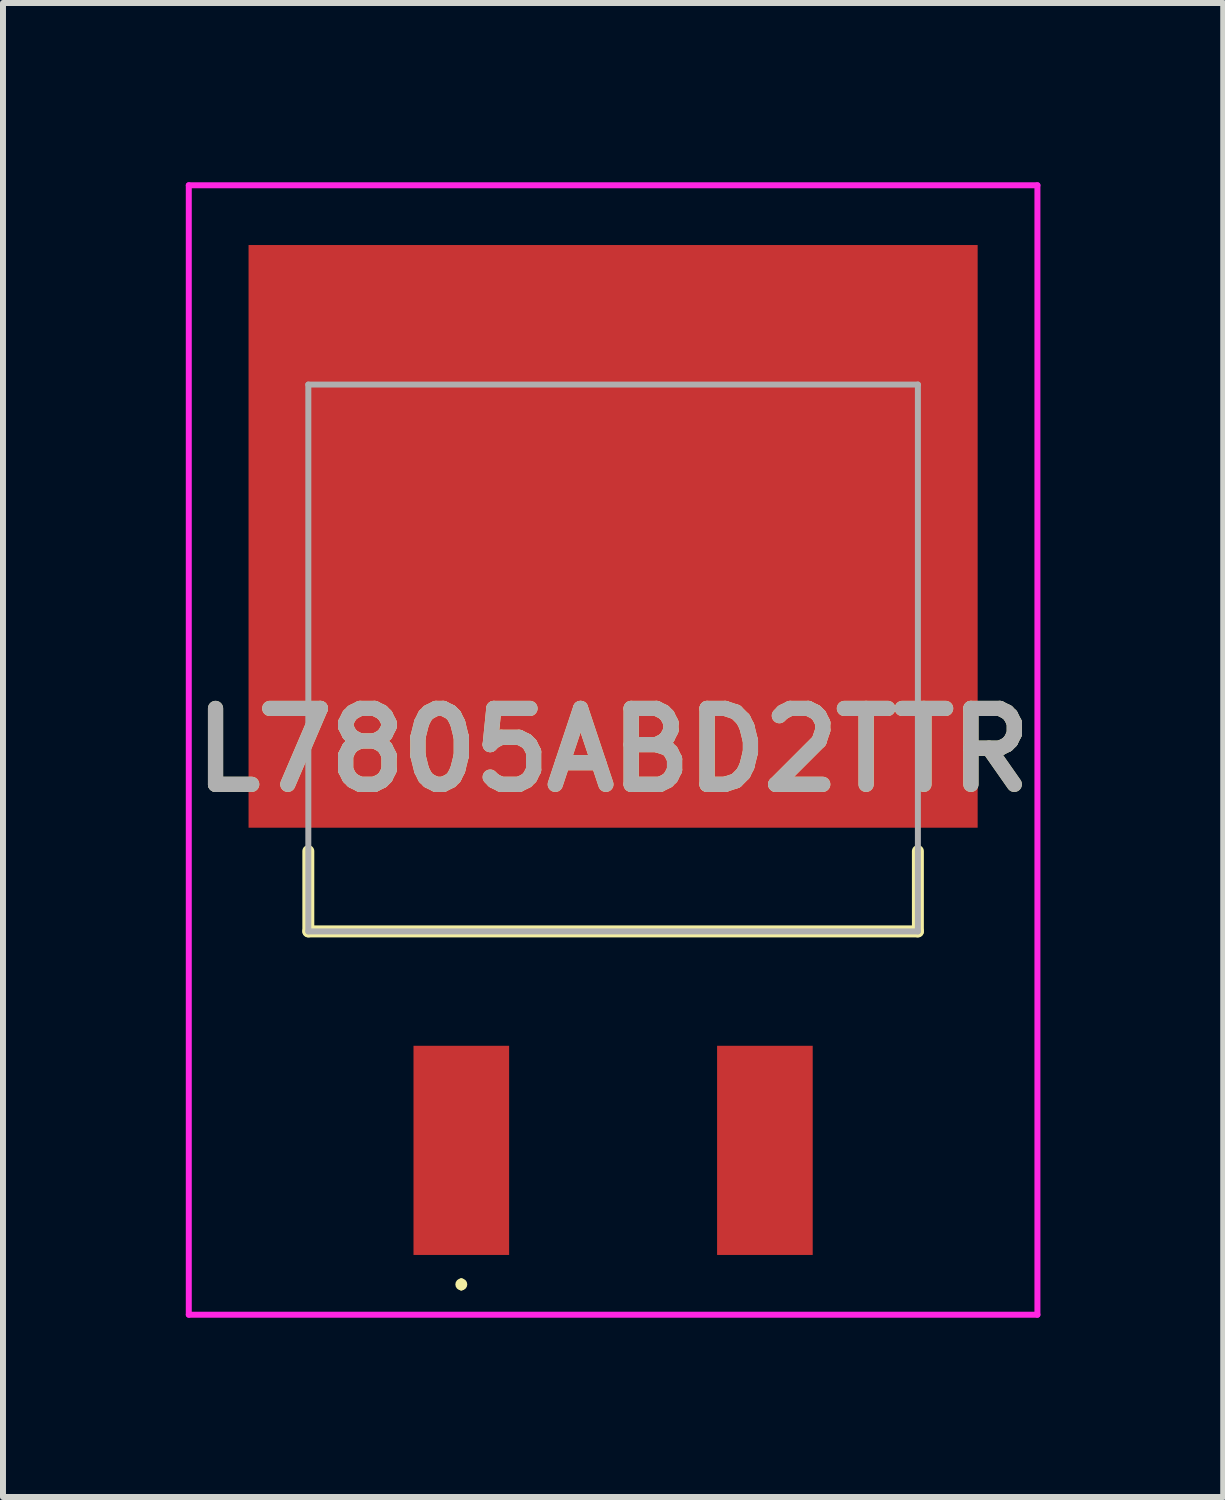
<source format=kicad_pcb>
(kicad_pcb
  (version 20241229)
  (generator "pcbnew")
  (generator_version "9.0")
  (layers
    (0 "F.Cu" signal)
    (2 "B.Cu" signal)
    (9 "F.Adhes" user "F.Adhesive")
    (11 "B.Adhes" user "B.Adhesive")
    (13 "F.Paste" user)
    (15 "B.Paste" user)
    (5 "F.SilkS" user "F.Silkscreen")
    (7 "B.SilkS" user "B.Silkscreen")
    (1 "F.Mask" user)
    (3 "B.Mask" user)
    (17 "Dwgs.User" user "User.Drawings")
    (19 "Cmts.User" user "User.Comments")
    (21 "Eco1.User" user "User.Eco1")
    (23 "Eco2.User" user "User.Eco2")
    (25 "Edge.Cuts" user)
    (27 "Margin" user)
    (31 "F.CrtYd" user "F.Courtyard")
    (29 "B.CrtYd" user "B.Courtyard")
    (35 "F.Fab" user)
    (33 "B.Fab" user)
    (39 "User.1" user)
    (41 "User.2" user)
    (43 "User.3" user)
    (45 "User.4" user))
  (footprint "L7805ABD2TTR"
    (layer "F.Cu")
    (at 7.209 9.792)
    (property "Reference" "L7805ABD2TTR" (at 0 -0.292 0) (layer "F.SilkS") (effects (font (size 1.27 1.27) (thickness 0.254))))
    (attr smd)
    (fp_line (start -5.1 1.4) (end -5.1 2.743) (stroke (width 0.2) (type solid)) (layer "F.SilkS"))
    (fp_line (start -5.1 2.743) (end 5.1 2.743) (stroke (width 0.2) (type solid)) (layer "F.SilkS"))
    (fp_line (start -2.54 8.6) (end -2.54 8.6) (stroke (width 0.1) (type solid)) (layer "F.SilkS"))
    (fp_line (start -2.54 8.7) (end -2.54 8.7) (stroke (width 0.1) (type solid)) (layer "F.SilkS"))
    (fp_line (start 5.1 2.743) (end 5.1 1.4) (stroke (width 0.2) (type solid)) (layer "F.SilkS"))
    (fp_arc (start -2.54 8.6) (mid -2.49 8.65) (end -2.54 8.7) (stroke (width 0.1) (type solid)) (layer "F.SilkS"))
    (fp_arc (start -2.54 8.7) (mid -2.59 8.65) (end -2.54 8.6) (stroke (width 0.1) (type solid)) (layer "F.SilkS"))
    (fp_line (start -7.1 -9.742) (end 7.1 -9.742) (stroke (width 0.1) (type solid)) (layer "F.CrtYd"))
    (fp_line (start -7.1 9.157) (end -7.1 -9.742) (stroke (width 0.1) (type solid)) (layer "F.CrtYd"))
    (fp_line (start 7.1 -9.742) (end 7.1 9.157) (stroke (width 0.1) (type solid)) (layer "F.CrtYd"))
    (fp_line (start 7.1 9.157) (end -7.1 9.157) (stroke (width 0.1) (type solid)) (layer "F.CrtYd"))
    (fp_line (start -5.1 -6.407) (end 5.1 -6.407) (stroke (width 0.1) (type solid)) (layer "F.Fab"))
    (fp_line (start -5.1 2.743) (end -5.1 -6.407) (stroke (width 0.1) (type solid)) (layer "F.Fab"))
    (fp_line (start 5.1 -6.407) (end 5.1 2.743) (stroke (width 0.1) (type solid)) (layer "F.Fab"))
    (fp_line (start 5.1 2.743) (end -5.1 2.743) (stroke (width 0.1) (type solid)) (layer "F.Fab"))
    (fp_text user "${REFERENCE}" (at 0 -0.292 0) (layer "F.Fab") (effects (font (size 1.27 1.27) (thickness 0.254))))
    (pad "1" smd rect (at -2.54 6.407) (size 1.6 3.5) (layers "F.Cu" "F.Mask" "F.Paste"))
    (pad "2" smd rect (at 0 -3.867 90) (size 9.75 12.2) (layers "F.Cu" "F.Mask" "F.Paste"))
    (pad "3" smd rect (at 2.54 6.407) (size 1.6 3.5) (layers "F.Cu" "F.Mask" "F.Paste")))
  (gr_rect
    (start -3 -3)
    (end 17.418 21.999)
    (stroke (width 0.1) (type default))
    (fill no)
    (layer "Edge.Cuts")))
</source>
